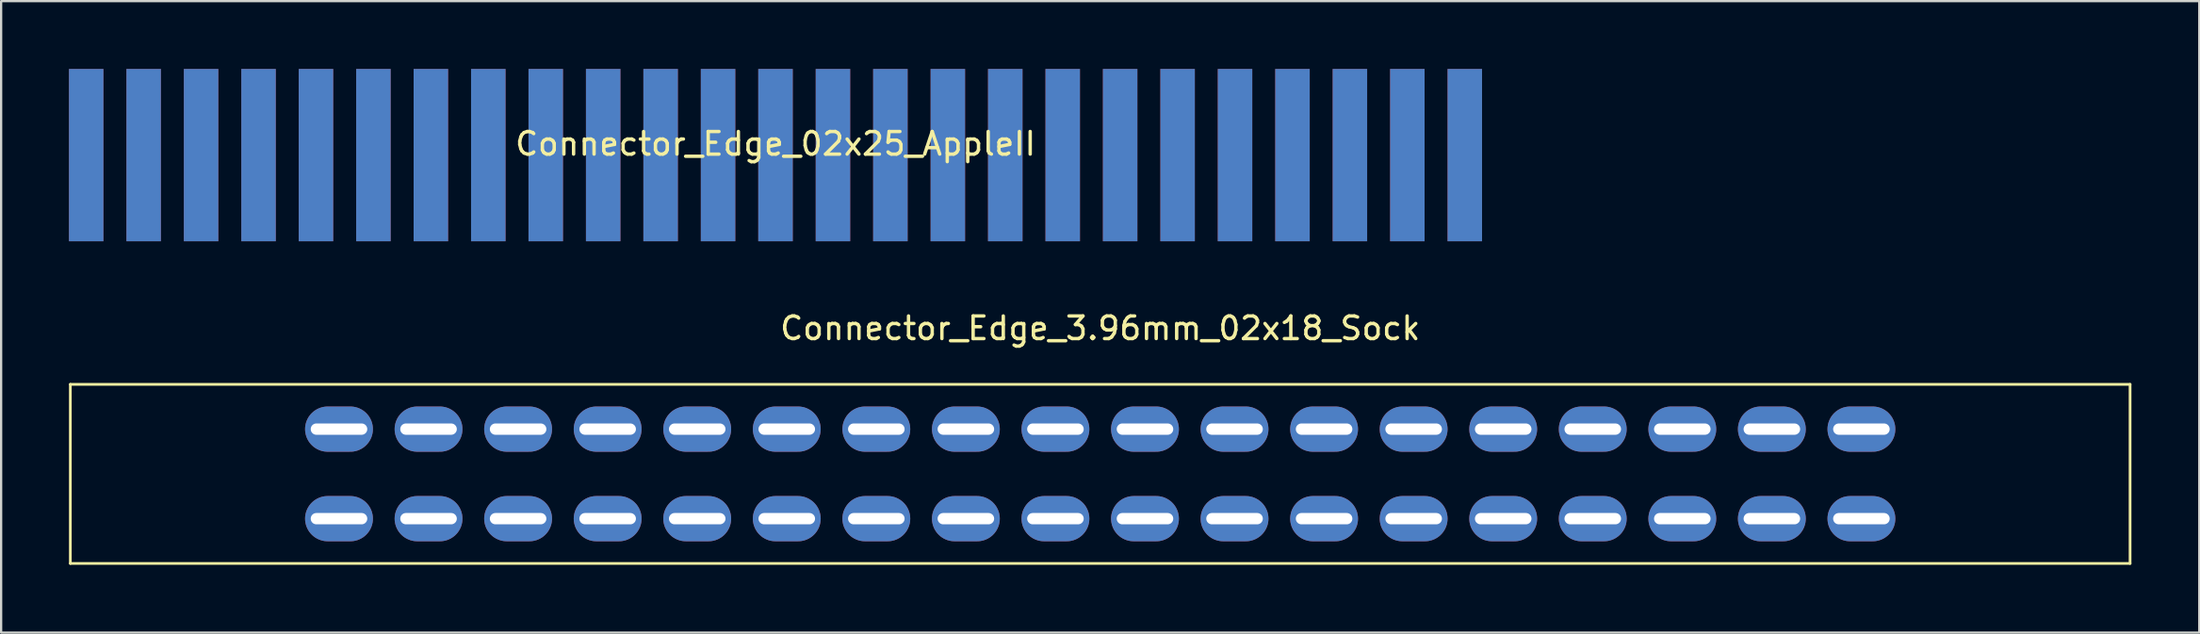
<source format=kicad_pcb>
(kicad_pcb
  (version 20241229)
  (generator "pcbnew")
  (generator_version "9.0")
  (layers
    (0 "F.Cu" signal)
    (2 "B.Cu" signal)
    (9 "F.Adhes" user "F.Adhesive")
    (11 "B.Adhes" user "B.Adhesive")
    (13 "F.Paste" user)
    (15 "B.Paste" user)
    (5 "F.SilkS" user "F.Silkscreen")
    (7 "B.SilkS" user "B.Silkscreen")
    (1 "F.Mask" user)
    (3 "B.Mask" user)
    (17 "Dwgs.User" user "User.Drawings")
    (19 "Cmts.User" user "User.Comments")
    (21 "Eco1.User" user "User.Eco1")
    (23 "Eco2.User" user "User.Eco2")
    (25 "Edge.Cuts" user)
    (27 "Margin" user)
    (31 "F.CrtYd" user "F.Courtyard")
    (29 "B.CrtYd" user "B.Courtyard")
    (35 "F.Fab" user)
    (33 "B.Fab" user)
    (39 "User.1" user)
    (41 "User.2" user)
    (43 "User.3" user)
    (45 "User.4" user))
  (footprint "Connector_Edge_3.96mm_02x18_Sock"
    (layer "F.Cu")
    (at 45.6 11.968)
    (property "Reference" "Connector_Edge_3.96mm_02x18_Sock" (at 0 -0.5 0) (unlocked yes) (layer "F.SilkS") (effects (font (size 1 1) (thickness 0.15))))
    (attr through_hole)
    (fp_line (start -45.54 1.98) (end -45.54 9.9) (stroke (width 0.12) (type default)) (layer "F.SilkS"))
    (fp_line (start -45.54 9.9) (end 45.54 9.9) (stroke (width 0.12) (type default)) (layer "F.SilkS"))
    (fp_line (start 45.54 1.98) (end -45.54 1.98) (stroke (width 0.12) (type default)) (layer "F.SilkS"))
    (fp_line (start 45.54 1.98) (end 45.54 9.9) (stroke (width 0.12) (type default)) (layer "F.SilkS"))
    (pad "a1" thru_hole oval (at -33.66 3.96) (size 3 2) (drill oval 2.5 0.5) (layers "*.Cu" "*.Mask"))
    (pad "a2" thru_hole oval (at -29.7 3.96) (size 3 2) (drill oval 2.5 0.5) (layers "*.Cu" "*.Mask"))
    (pad "a3" thru_hole oval (at -25.74 3.96) (size 3 2) (drill oval 2.5 0.5) (layers "*.Cu" "*.Mask"))
    (pad "a4" thru_hole oval (at -21.78 3.96) (size 3 2) (drill oval 2.5 0.5) (layers "*.Cu" "*.Mask"))
    (pad "a5" thru_hole oval (at -17.82 3.96) (size 3 2) (drill oval 2.5 0.5) (layers "*.Cu" "*.Mask"))
    (pad "a6" thru_hole oval (at -13.86 3.96) (size 3 2) (drill oval 2.5 0.5) (layers "*.Cu" "*.Mask"))
    (pad "a7" thru_hole oval (at -9.9 3.96) (size 3 2) (drill oval 2.5 0.5) (layers "*.Cu" "*.Mask"))
    (pad "a8" thru_hole oval (at -5.94 3.96) (size 3 2) (drill oval 2.5 0.5) (layers "*.Cu" "*.Mask"))
    (pad "a9" thru_hole oval (at -1.98 3.96) (size 3 2) (drill oval 2.5 0.5) (layers "*.Cu" "*.Mask"))
    (pad "a10" thru_hole oval (at 1.98 3.96) (size 3 2) (drill oval 2.5 0.5) (layers "*.Cu" "*.Mask"))
    (pad "a11" thru_hole oval (at 5.94 3.96) (size 3 2) (drill oval 2.5 0.5) (layers "*.Cu" "*.Mask"))
    (pad "a12" thru_hole oval (at 9.9 3.96) (size 3 2) (drill oval 2.5 0.5) (layers "*.Cu" "*.Mask"))
    (pad "a13" thru_hole oval (at 13.86 3.96) (size 3 2) (drill oval 2.5 0.5) (layers "*.Cu" "*.Mask"))
    (pad "a14" thru_hole oval (at 17.82 3.96) (size 3 2) (drill oval 2.5 0.5) (layers "*.Cu" "*.Mask"))
    (pad "a15" thru_hole oval (at 21.78 3.96) (size 3 2) (drill oval 2.5 0.5) (layers "*.Cu" "*.Mask"))
    (pad "a16" thru_hole oval (at 25.74 3.96) (size 3 2) (drill oval 2.5 0.5) (layers "*.Cu" "*.Mask"))
    (pad "a17" thru_hole oval (at 29.7 3.96) (size 3 2) (drill oval 2.5 0.5) (layers "*.Cu" "*.Mask"))
    (pad "a18" thru_hole oval (at 33.66 3.96) (size 3 2) (drill oval 2.5 0.5) (layers "*.Cu" "*.Mask"))
    (pad "b1" thru_hole oval (at -33.66 7.92) (size 3 2) (drill oval 2.5 0.5) (layers "*.Cu" "*.Mask"))
    (pad "b2" thru_hole oval (at -29.7 7.92) (size 3 2) (drill oval 2.5 0.5) (layers "*.Cu" "*.Mask"))
    (pad "b3" thru_hole oval (at -25.74 7.92) (size 3 2) (drill oval 2.5 0.5) (layers "*.Cu" "*.Mask"))
    (pad "b4" thru_hole oval (at -21.78 7.92) (size 3 2) (drill oval 2.5 0.5) (layers "*.Cu" "*.Mask"))
    (pad "b5" thru_hole oval (at -17.82 7.92) (size 3 2) (drill oval 2.5 0.5) (layers "*.Cu" "*.Mask"))
    (pad "b6" thru_hole oval (at -13.86 7.92) (size 3 2) (drill oval 2.5 0.5) (layers "*.Cu" "*.Mask"))
    (pad "b7" thru_hole oval (at -9.9 7.92) (size 3 2) (drill oval 2.5 0.5) (layers "*.Cu" "*.Mask"))
    (pad "b8" thru_hole oval (at -5.94 7.92) (size 3 2) (drill oval 2.5 0.5) (layers "*.Cu" "*.Mask"))
    (pad "b9" thru_hole oval (at -1.98 7.92) (size 3 2) (drill oval 2.5 0.5) (layers "*.Cu" "*.Mask"))
    (pad "b10" thru_hole oval (at 1.98 7.92) (size 3 2) (drill oval 2.5 0.5) (layers "*.Cu" "*.Mask"))
    (pad "b11" thru_hole oval (at 5.94 7.92) (size 3 2) (drill oval 2.5 0.5) (layers "*.Cu" "*.Mask"))
    (pad "b12" thru_hole oval (at 9.9 7.92) (size 3 2) (drill oval 2.5 0.5) (layers "*.Cu" "*.Mask"))
    (pad "b13" thru_hole oval (at 13.86 7.92) (size 3 2) (drill oval 2.5 0.5) (layers "*.Cu" "*.Mask"))
    (pad "b14" thru_hole oval (at 17.82 7.92) (size 3 2) (drill oval 2.5 0.5) (layers "*.Cu" "*.Mask"))
    (pad "b15" thru_hole oval (at 21.78 7.92) (size 3 2) (drill oval 2.5 0.5) (layers "*.Cu" "*.Mask"))
    (pad "b16" thru_hole oval (at 25.74 7.92) (size 3 2) (drill oval 2.5 0.5) (layers "*.Cu" "*.Mask"))
    (pad "b17" thru_hole oval (at 29.7 7.92) (size 3 2) (drill oval 2.5 0.5) (layers "*.Cu" "*.Mask"))
    (pad "b18" thru_hole oval (at 33.66 7.92) (size 3 2) (drill oval 2.5 0.5) (layers "*.Cu" "*.Mask")))
  (footprint "Connector_Edge_02x25_AppleII"
    (layer "F.Cu")
    (at 31.242 3.81)
    (property "Reference" "Connector_Edge_02x25_AppleII" (at 0 -0.5 0) (unlocked yes) (layer "F.SilkS") (effects (font (size 1 1) (thickness 0.15))))
    (attr smd)
    (pad "1" connect rect (at -30.48 0) (size 1.524 7.62) (layers "F.Cu" "F.Mask"))
    (pad "2" connect rect (at -27.94 0) (size 1.524 7.62) (layers "F.Cu" "F.Mask"))
    (pad "3" connect rect (at -25.4 0) (size 1.524 7.62) (layers "F.Cu" "F.Mask"))
    (pad "4" connect rect (at -22.86 0) (size 1.524 7.62) (layers "F.Cu" "F.Mask"))
    (pad "5" connect rect (at -20.32 0) (size 1.524 7.62) (layers "F.Cu" "F.Mask"))
    (pad "6" connect rect (at -17.78 0) (size 1.524 7.62) (layers "F.Cu" "F.Mask"))
    (pad "7" connect rect (at -15.24 0) (size 1.524 7.62) (layers "F.Cu" "F.Mask"))
    (pad "8" connect rect (at -12.7 0) (size 1.524 7.62) (layers "F.Cu" "F.Mask"))
    (pad "9" connect rect (at -10.16 0) (size 1.524 7.62) (layers "F.Cu" "F.Mask"))
    (pad "10" connect rect (at -7.62 0) (size 1.524 7.62) (layers "F.Cu" "F.Mask"))
    (pad "11" connect rect (at -5.08 0) (size 1.524 7.62) (layers "F.Cu" "F.Mask"))
    (pad "12" connect rect (at -2.54 0) (size 1.524 7.62) (layers "F.Cu" "F.Mask"))
    (pad "13" connect rect (at 0 0) (size 1.524 7.62) (layers "F.Cu" "F.Mask"))
    (pad "14" connect rect (at 2.54 0) (size 1.524 7.62) (layers "F.Cu" "F.Mask"))
    (pad "15" connect rect (at 5.08 0) (size 1.524 7.62) (layers "F.Cu" "F.Mask"))
    (pad "16" connect rect (at 7.62 0) (size 1.524 7.62) (layers "F.Cu" "F.Mask"))
    (pad "17" connect rect (at 10.16 0) (size 1.524 7.62) (layers "F.Cu" "F.Mask"))
    (pad "18" connect rect (at 12.7 0) (size 1.524 7.62) (layers "F.Cu" "F.Mask"))
    (pad "19" connect rect (at 15.24 0) (size 1.524 7.62) (layers "F.Cu" "F.Mask"))
    (pad "20" connect rect (at 17.78 0) (size 1.524 7.62) (layers "F.Cu" "F.Mask"))
    (pad "21" connect rect (at 20.32 0) (size 1.524 7.62) (layers "F.Cu" "F.Mask"))
    (pad "22" connect rect (at 22.86 0) (size 1.524 7.62) (layers "F.Cu" "F.Mask"))
    (pad "23" connect rect (at 25.4 0) (size 1.524 7.62) (layers "F.Cu" "F.Mask"))
    (pad "24" connect rect (at 27.94 0) (size 1.524 7.62) (layers "F.Cu" "F.Mask"))
    (pad "25" connect rect (at 30.48 0) (size 1.524 7.62) (layers "F.Cu" "F.Mask"))
    (pad "26" connect rect (at 30.48 0) (size 1.524 7.62) (layers "B.Cu" "B.Mask"))
    (pad "27" connect rect (at 27.94 0) (size 1.524 7.62) (layers "B.Cu" "B.Mask"))
    (pad "28" connect rect (at 25.4 0) (size 1.524 7.62) (layers "B.Cu" "B.Mask"))
    (pad "29" connect rect (at 22.86 0) (size 1.524 7.62) (layers "B.Cu" "B.Mask"))
    (pad "30" connect rect (at 20.32 0) (size 1.524 7.62) (layers "B.Cu" "B.Mask"))
    (pad "31" connect rect (at 17.78 0) (size 1.524 7.62) (layers "B.Cu" "B.Mask"))
    (pad "32" connect rect (at 15.24 0) (size 1.524 7.62) (layers "B.Cu" "B.Mask"))
    (pad "33" connect rect (at 12.7 0) (size 1.524 7.62) (layers "B.Cu" "B.Mask"))
    (pad "34" connect rect (at 10.16 0) (size 1.524 7.62) (layers "B.Cu" "B.Mask"))
    (pad "35" connect rect (at 7.62 0) (size 1.524 7.62) (layers "B.Cu" "B.Mask"))
    (pad "36" connect rect (at 5.08 0) (size 1.524 7.62) (layers "B.Cu" "B.Mask"))
    (pad "37" connect rect (at 2.54 0) (size 1.524 7.62) (layers "B.Cu" "B.Mask"))
    (pad "38" connect rect (at 0 0) (size 1.524 7.62) (layers "B.Cu" "B.Mask"))
    (pad "39" connect rect (at -2.54 0) (size 1.524 7.62) (layers "B.Cu" "B.Mask"))
    (pad "40" connect rect (at -5.08 0) (size 1.524 7.62) (layers "B.Cu" "B.Mask"))
    (pad "41" connect rect (at -7.62 0) (size 1.524 7.62) (layers "B.Cu" "B.Mask"))
    (pad "42" connect rect (at -10.16 0) (size 1.524 7.62) (layers "B.Cu" "B.Mask"))
    (pad "43" connect rect (at -12.7 0) (size 1.524 7.62) (layers "B.Cu" "B.Mask"))
    (pad "44" connect rect (at -15.24 0) (size 1.524 7.62) (layers "B.Cu" "B.Mask"))
    (pad "45" connect rect (at -17.78 0) (size 1.524 7.62) (layers "B.Cu" "B.Mask"))
    (pad "46" connect rect (at -20.32 0) (size 1.524 7.62) (layers "B.Cu" "B.Mask"))
    (pad "47" connect rect (at -22.86 0) (size 1.524 7.62) (layers "B.Cu" "B.Mask"))
    (pad "48" connect rect (at -25.4 0) (size 1.524 7.62) (layers "B.Cu" "B.Mask"))
    (pad "49" connect rect (at -27.94 0) (size 1.524 7.62) (layers "B.Cu" "B.Mask"))
    (pad "50" connect rect (at -30.48 0) (size 1.524 7.62) (layers "B.Cu" "B.Mask")))
  (gr_rect
    (start -3 -3)
    (end 94.2 24.928)
    (stroke (width 0.1) (type default))
    (fill no)
    (layer "Edge.Cuts")))
</source>
